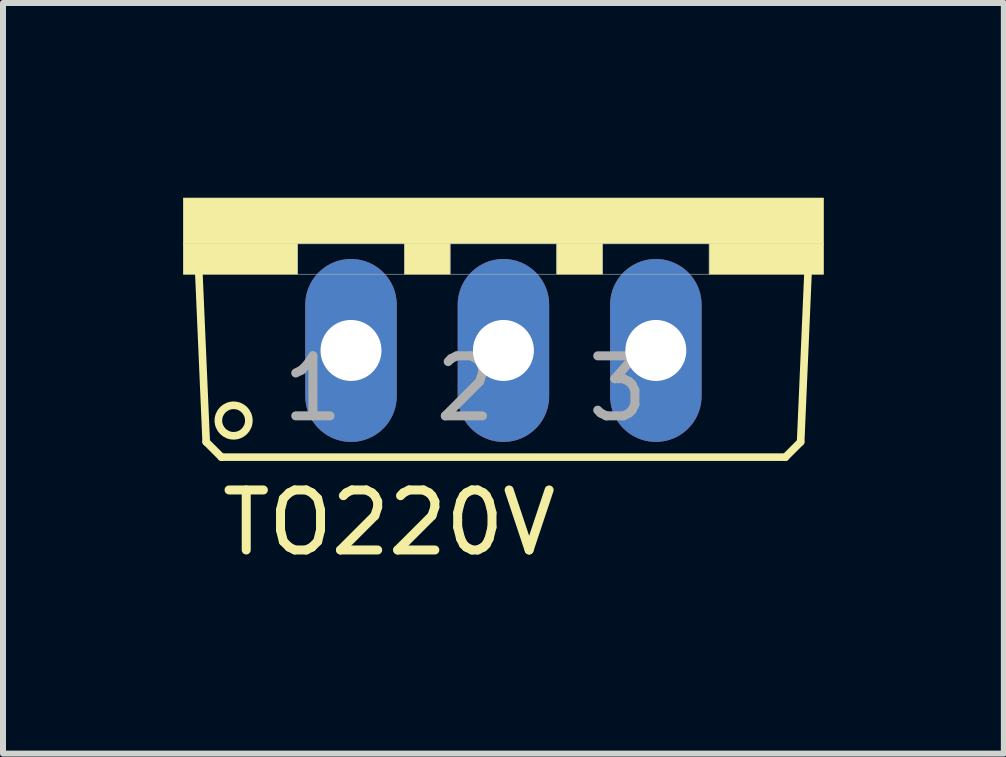
<source format=kicad_pcb>
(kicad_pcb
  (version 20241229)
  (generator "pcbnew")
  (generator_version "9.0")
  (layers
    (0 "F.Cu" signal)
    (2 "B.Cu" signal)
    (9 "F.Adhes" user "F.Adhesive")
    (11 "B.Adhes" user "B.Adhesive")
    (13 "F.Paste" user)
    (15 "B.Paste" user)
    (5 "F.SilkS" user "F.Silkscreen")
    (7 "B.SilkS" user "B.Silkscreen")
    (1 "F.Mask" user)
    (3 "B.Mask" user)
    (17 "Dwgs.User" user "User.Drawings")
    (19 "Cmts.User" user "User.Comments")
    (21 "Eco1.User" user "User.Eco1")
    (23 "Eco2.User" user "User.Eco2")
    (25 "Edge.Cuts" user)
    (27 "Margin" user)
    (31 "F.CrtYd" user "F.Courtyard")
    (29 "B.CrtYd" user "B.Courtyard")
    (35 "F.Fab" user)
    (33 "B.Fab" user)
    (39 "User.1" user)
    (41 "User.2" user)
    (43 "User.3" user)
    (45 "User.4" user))
  (footprint "TO220V"
    (layer "F.Cu")
    (at 5.339 0.25)
    (property "Reference" "TO220V" (at -1.905 5.41 0) (layer "F.SilkS") (effects (font (size 1 1) (thickness 0.15))))
    (attr through_hole)
    (fp_line (start -4.953 4.064) (end -5.08 1.143) (stroke (width 0.127) (type solid)) (layer "F.SilkS"))
    (fp_line (start -4.953 4.064) (end -4.699 4.318) (stroke (width 0.127) (type solid)) (layer "F.SilkS"))
    (fp_line (start 4.699 4.318) (end -4.699 4.318) (stroke (width 0.127) (type solid)) (layer "F.SilkS"))
    (fp_line (start 4.699 4.318) (end 4.953 4.064) (stroke (width 0.127) (type solid)) (layer "F.SilkS"))
    (fp_line (start 5.08 1.143) (end 4.953 4.064) (stroke (width 0.127) (type solid)) (layer "F.SilkS"))
    (fp_circle (center -4.496 3.708) (end -4.242 3.708) (stroke (width 0.127) (type solid)) (fill no) (layer "F.SilkS"))
    (fp_poly (pts (xy -5.334 0) (xy 5.334 0) (xy 5.334 0.762) (xy -5.334 0.762)) (stroke (width 0.01) (type solid)) (fill yes) (layer "F.SilkS"))
    (fp_poly (pts (xy -5.334 0.762) (xy -3.429 0.762) (xy -3.429 1.27) (xy -5.334 1.27)) (stroke (width 0.01) (type solid)) (fill yes) (layer "F.SilkS"))
    (fp_poly (pts (xy -1.651 0.762) (xy -0.889 0.762) (xy -0.889 1.27) (xy -1.651 1.27)) (stroke (width 0.01) (type solid)) (fill yes) (layer "F.SilkS"))
    (fp_poly (pts (xy 0.889 0.762) (xy 1.651 0.762) (xy 1.651 1.27) (xy 0.889 1.27)) (stroke (width 0.01) (type solid)) (fill yes) (layer "F.SilkS"))
    (fp_poly (pts (xy 3.429 0.762) (xy 5.334 0.762) (xy 5.334 1.27) (xy 3.429 1.27)) (stroke (width 0.01) (type solid)) (fill yes) (layer "F.SilkS"))
    (fp_poly (pts (xy -3.429 0.762) (xy -1.651 0.762) (xy -1.651 1.27) (xy -3.429 1.27)) (stroke (width 0.01) (type solid)) (fill no) (layer "F.Fab"))
    (fp_poly (pts (xy -0.889 0.762) (xy 0.889 0.762) (xy 0.889 1.27) (xy -0.889 1.27)) (stroke (width 0.01) (type solid)) (fill no) (layer "F.Fab"))
    (fp_poly (pts (xy 1.651 0.762) (xy 3.429 0.762) (xy 3.429 1.27) (xy 1.651 1.27)) (stroke (width 0.01) (type solid)) (fill no) (layer "F.Fab"))
    (fp_text user "2" (at -0.635 3.175 0) (layer "F.Fab") (effects (font (size 1 1) (thickness 0.15))))
    (fp_text user "1" (at -3.175 3.175 0) (layer "F.Fab") (effects (font (size 1 1) (thickness 0.15))))
    (fp_text user "3" (at 1.905 3.175 0) (layer "F.Fab") (effects (font (size 1 1) (thickness 0.15))))
    (pad "1" thru_hole oval (at -2.54 2.54) (size 1.524 3.048) (drill 1.016) (layers "*.Cu" "*.Mask"))
    (pad "2" thru_hole oval (at 0 2.54) (size 1.524 3.048) (drill 1.016) (layers "*.Cu" "*.Mask"))
    (pad "3" thru_hole oval (at 2.54 2.54) (size 1.524 3.048) (drill 1.016) (layers "*.Cu" "*.Mask")))
  (gr_rect
    (start -3 -3)
    (end 13.678 9.508)
    (stroke (width 0.1) (type default))
    (fill no)
    (layer "Edge.Cuts")))
</source>
